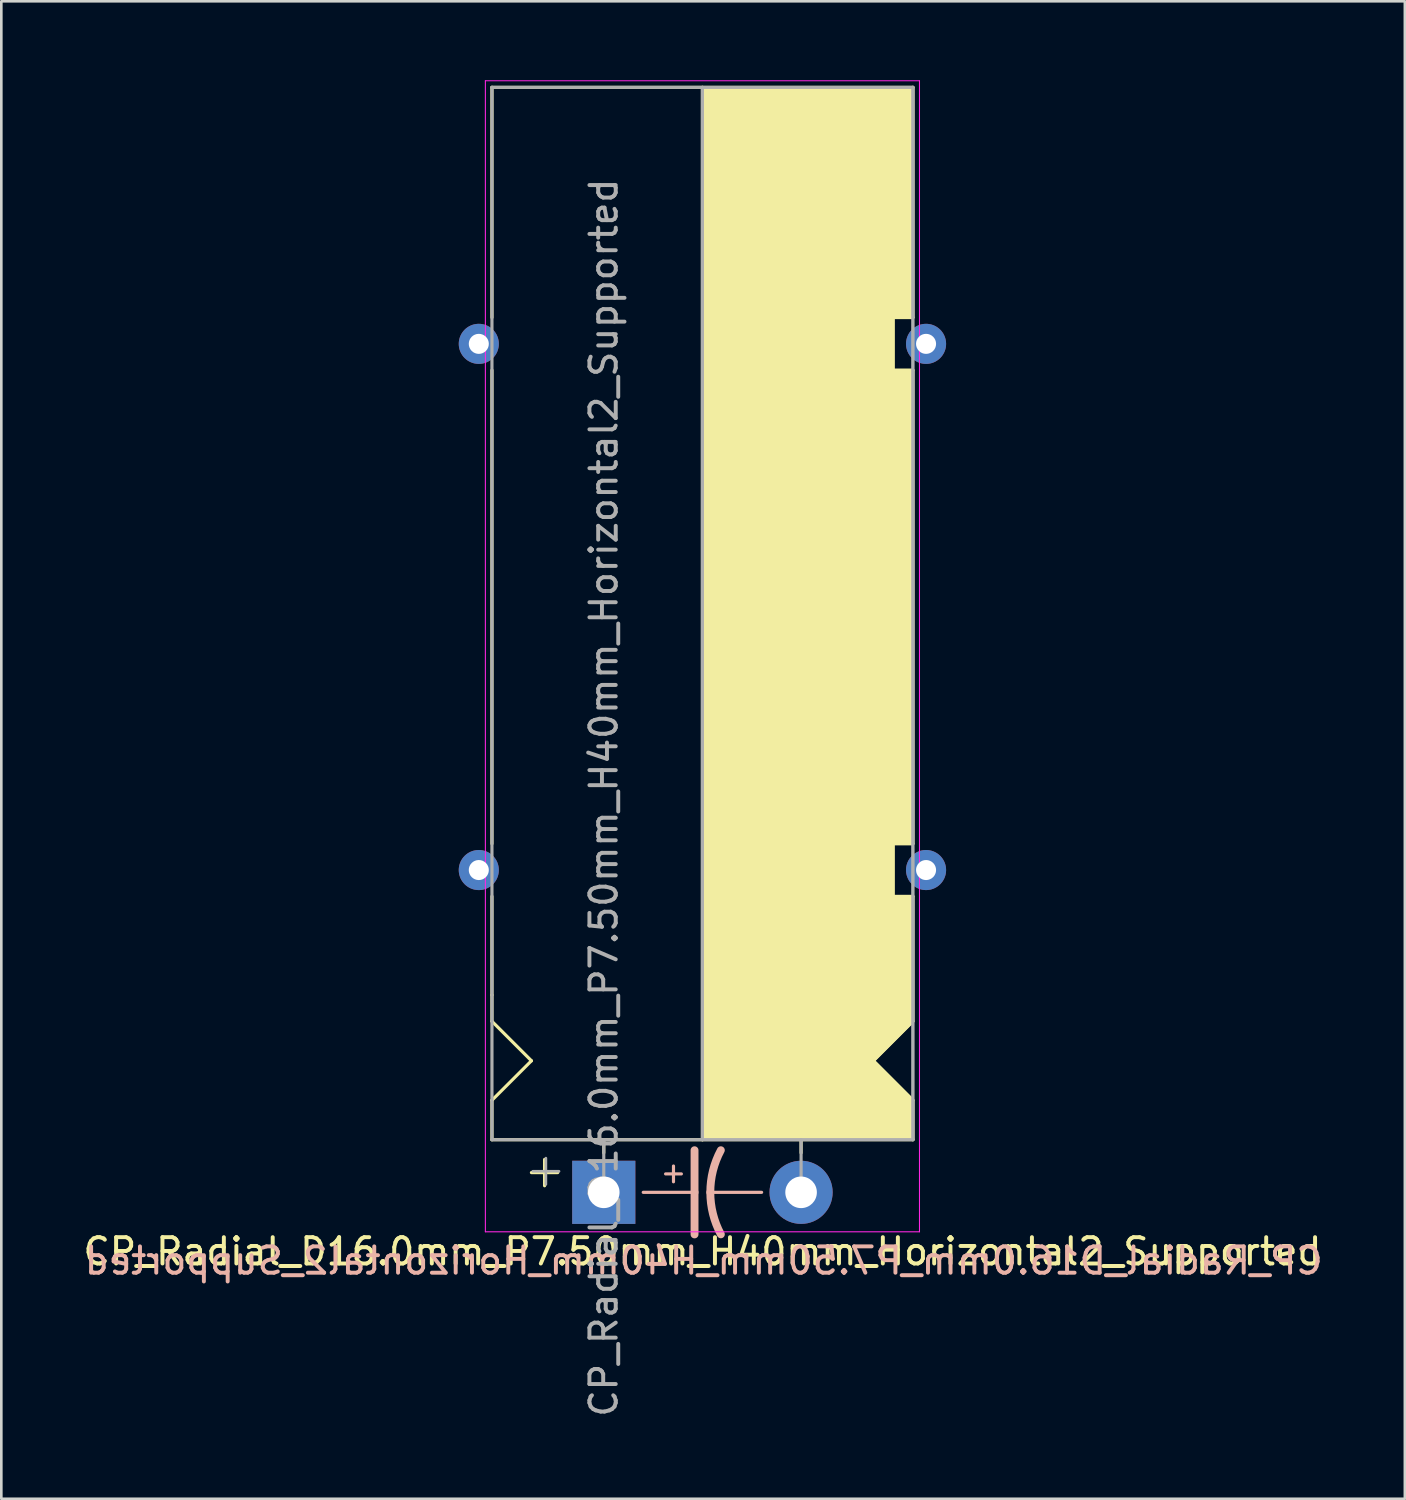
<source format=kicad_pcb>
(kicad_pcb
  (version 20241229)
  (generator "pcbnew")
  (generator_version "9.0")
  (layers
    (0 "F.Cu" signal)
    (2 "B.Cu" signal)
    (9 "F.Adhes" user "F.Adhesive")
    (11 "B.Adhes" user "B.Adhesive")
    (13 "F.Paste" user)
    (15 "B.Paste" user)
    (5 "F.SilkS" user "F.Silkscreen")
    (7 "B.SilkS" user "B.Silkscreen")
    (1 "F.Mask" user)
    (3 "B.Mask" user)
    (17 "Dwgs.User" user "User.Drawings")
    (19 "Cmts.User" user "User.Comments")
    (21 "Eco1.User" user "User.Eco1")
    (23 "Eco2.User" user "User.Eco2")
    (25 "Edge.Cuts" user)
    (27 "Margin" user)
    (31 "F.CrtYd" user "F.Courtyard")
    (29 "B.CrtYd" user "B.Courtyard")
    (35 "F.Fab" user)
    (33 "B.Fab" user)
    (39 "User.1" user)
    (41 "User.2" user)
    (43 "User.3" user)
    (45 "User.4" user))
  (footprint "CP_Radial_D16.0mm_P7.50mm_H40mm_Horizontal2_Supported"
    (layer "F.Cu")
    (at 19.899 42.27)
    (property "Reference" "CP_Radial_D16.0mm_P7.50mm_H40mm_Horizontal2_Supported" (at 3.75 2.25 0) (layer "F.SilkS") (effects (font (size 1 1) (thickness 0.15))))
    (fp_line (start -4.25 -33.25) (end -4.25 -42) (stroke (width 0.12) (type solid)) (layer "F.SilkS"))
    (fp_line (start -4.25 -31.25) (end -4.25 -13.25) (stroke (width 0.12) (type solid)) (layer "F.SilkS"))
    (fp_line (start -4.25 -7.5) (end -4.25 -11.25) (stroke (width 0.12) (type solid)) (layer "F.SilkS"))
    (fp_line (start -4.25 -6.5) (end -4.25 -7.5) (stroke (width 0.12) (type solid)) (layer "F.SilkS"))
    (fp_line (start -4.25 -3.5) (end -2.75 -5) (stroke (width 0.12) (type solid)) (layer "F.SilkS"))
    (fp_line (start -4.25 -2) (end -4.25 -3.5) (stroke (width 0.12) (type solid)) (layer "F.SilkS"))
    (fp_line (start -2.75 -5) (end -4.25 -6.5) (stroke (width 0.12) (type solid)) (layer "F.SilkS"))
    (fp_line (start -2.25 -1.25) (end -2.25 -0.25) (stroke (width 0.12) (type solid)) (layer "F.SilkS"))
    (fp_line (start -1.75 -0.75) (end -2.75 -0.75) (stroke (width 0.12) (type solid)) (layer "F.SilkS"))
    (fp_line (start 0 -1.5) (end 0 -2) (stroke (width 0.12) (type solid)) (layer "F.SilkS"))
    (fp_line (start 3.75 -2) (end -4.25 -2) (stroke (width 0.12) (type solid)) (layer "F.SilkS"))
    (fp_line (start 3.75 -2) (end 3.75 -42) (stroke (width 0.12) (type solid)) (layer "F.SilkS"))
    (fp_line (start 3.75 -2) (end 11.75 -2) (stroke (width 0.12) (type solid)) (layer "F.SilkS"))
    (fp_line (start 7.5 -1.5) (end 7.5 -2) (stroke (width 0.12) (type solid)) (layer "F.SilkS"))
    (fp_line (start 10.25 -5) (end 11.75 -6.5) (stroke (width 0.12) (type solid)) (layer "F.SilkS"))
    (fp_line (start 11 -33.25) (end 11 -31.25) (stroke (width 0.12) (type solid)) (layer "F.SilkS"))
    (fp_line (start 11 -31.25) (end 11.75 -31.25) (stroke (width 0.12) (type solid)) (layer "F.SilkS"))
    (fp_line (start 11 -13.25) (end 11 -11.25) (stroke (width 0.12) (type solid)) (layer "F.SilkS"))
    (fp_line (start 11 -11.25) (end 11.75 -11.25) (stroke (width 0.12) (type solid)) (layer "F.SilkS"))
    (fp_line (start 11.75 -42) (end -4.25 -42) (stroke (width 0.12) (type solid)) (layer "F.SilkS"))
    (fp_line (start 11.75 -42) (end 11.75 -33.25) (stroke (width 0.12) (type solid)) (layer "F.SilkS"))
    (fp_line (start 11.75 -33.25) (end 11 -33.25) (stroke (width 0.12) (type solid)) (layer "F.SilkS"))
    (fp_line (start 11.75 -13.25) (end 11 -13.25) (stroke (width 0.12) (type solid)) (layer "F.SilkS"))
    (fp_line (start 11.75 -13.25) (end 11.75 -31.25) (stroke (width 0.12) (type solid)) (layer "F.SilkS"))
    (fp_line (start 11.75 -11.25) (end 11.75 -6.5) (stroke (width 0.12) (type solid)) (layer "F.SilkS"))
    (fp_line (start 11.75 -3.5) (end 10.25 -5) (stroke (width 0.12) (type solid)) (layer "F.SilkS"))
    (fp_line (start 11.75 -2) (end 11.75 -3.5) (stroke (width 0.12) (type solid)) (layer "F.SilkS"))
    (fp_poly (pts (xy 11.75 -3.5) (xy 10.25 -5) (xy 11.75 -6.5) (xy 11.75 -11.25) (xy 11 -11.25) (xy 11 -13.25) (xy 11.75 -13.25) (xy 11.75 -31.25) (xy 11 -31.25) (xy 11 -33.25) (xy 11.75 -33.25) (xy 11.75 -42) (xy 3.75 -42) (xy 3.75 -2) (xy 11.75 -2)) (stroke (width 0.1) (type solid)) (fill yes) (layer "F.SilkS"))
    (fp_line (start 1.5 0) (end 3.45 0) (stroke (width 0.12) (type solid)) (layer "B.SilkS"))
    (fp_line (start 2.35 -0.7) (end 2.95 -0.7) (stroke (width 0.12) (type solid)) (layer "B.SilkS"))
    (fp_line (start 2.65 -0.4) (end 2.65 -1) (stroke (width 0.12) (type solid)) (layer "B.SilkS"))
    (fp_line (start 3.45 0) (end 3.45 -1.6) (stroke (width 0.3) (type solid)) (layer "B.SilkS"))
    (fp_line (start 3.45 0) (end 3.45 1.6) (stroke (width 0.3) (type solid)) (layer "B.SilkS"))
    (fp_line (start 6 0) (end 4.05 0) (stroke (width 0.12) (type solid)) (layer "B.SilkS"))
    (fp_arc (start 4.05 0) (mid 4.150512 -0.824872) (end 4.45 -1.6) (stroke (width 0.3) (type solid)) (layer "B.SilkS"))
    (fp_arc (start 4.45 1.596157) (mid 4.151652 0.822725) (end 4.05 0) (stroke (width 0.3) (type solid)) (layer "B.SilkS"))
    (fp_line (start -4.5 -42.25) (end -4.5 1.5) (stroke (width 0.04) (type solid)) (layer "F.CrtYd"))
    (fp_line (start -4.5 1.5) (end 12 1.5) (stroke (width 0.04) (type solid)) (layer "F.CrtYd"))
    (fp_line (start 12 -42.25) (end -4.5 -42.25) (stroke (width 0.04) (type solid)) (layer "F.CrtYd"))
    (fp_line (start 12 1.5) (end 12 -42.25) (stroke (width 0.04) (type solid)) (layer "F.CrtYd"))
    (fp_line (start -4.25 -42) (end 11.75 -42) (stroke (width 0.12) (type solid)) (layer "F.Fab"))
    (fp_line (start -4.25 -2) (end -4.25 -42) (stroke (width 0.12) (type solid)) (layer "F.Fab"))
    (fp_line (start -2.7 -0.8) (end -1.7 -0.8) (stroke (width 0.1) (type solid)) (layer "F.Fab"))
    (fp_line (start -2.2 -0.3) (end -2.2 -1.3) (stroke (width 0.1) (type solid)) (layer "F.Fab"))
    (fp_line (start 0 -2) (end -4.25 -2) (stroke (width 0.12) (type solid)) (layer "F.Fab"))
    (fp_line (start 0 0) (end 0 -2) (stroke (width 0.12) (type solid)) (layer "F.Fab"))
    (fp_line (start 3.75 -2) (end 3.75 -42) (stroke (width 0.12) (type solid)) (layer "F.Fab"))
    (fp_line (start 7.5 0) (end 7.5 -2) (stroke (width 0.12) (type solid)) (layer "F.Fab"))
    (fp_line (start 11.75 -42) (end 11.75 -2) (stroke (width 0.12) (type solid)) (layer "F.Fab"))
    (fp_line (start 11.75 -2) (end 0 -2) (stroke (width 0.12) (type solid)) (layer "F.Fab"))
    (fp_poly (pts (xy 11.75 -42) (xy 3.75 -42) (xy 3.75 -2) (xy 11.75 -2)) (stroke (width 0.1) (type solid)) (fill no) (layer "F.Fab"))
    (fp_text user "${REFERENCE}" (at 3.8 2.6 0) (layer "B.SilkS") (effects (font (size 1 1) (thickness 0.15)) (justify mirror)))
    (fp_text user "${REFERENCE}" (at 0 -15 90) (layer "F.Fab") (effects (font (size 1 1) (thickness 0.15))))
    (pad "1" thru_hole rect (at 0 0) (size 2.4 2.4) (drill 1.2) (layers "*.Cu" "*.Mask"))
    (pad "2" thru_hole circle (at 7.5 0) (size 2.4 2.4) (drill 1.2) (layers "*.Cu" "*.Mask"))
    (pad "~" thru_hole circle (at -4.75 -32.25 180) (size 1.524 1.524) (drill 0.762) (layers "*.Cu" "*.Mask"))
    (pad "~" thru_hole circle (at -4.75 -12.25 180) (size 1.524 1.524) (drill 0.762) (layers "*.Cu" "*.Mask"))
    (pad "~" thru_hole circle (at 12.25 -32.25 180) (size 1.524 1.524) (drill 0.762) (layers "*.Cu" "*.Mask"))
    (pad "~" thru_hole circle (at 12.25 -12.25 180) (size 1.524 1.524) (drill 0.762) (layers "*.Cu" "*.Mask")))
  (gr_rect
    (start -3 -3)
    (end 50.348 53.919)
    (stroke (width 0.1) (type default))
    (fill no)
    (layer "Edge.Cuts")))
</source>
